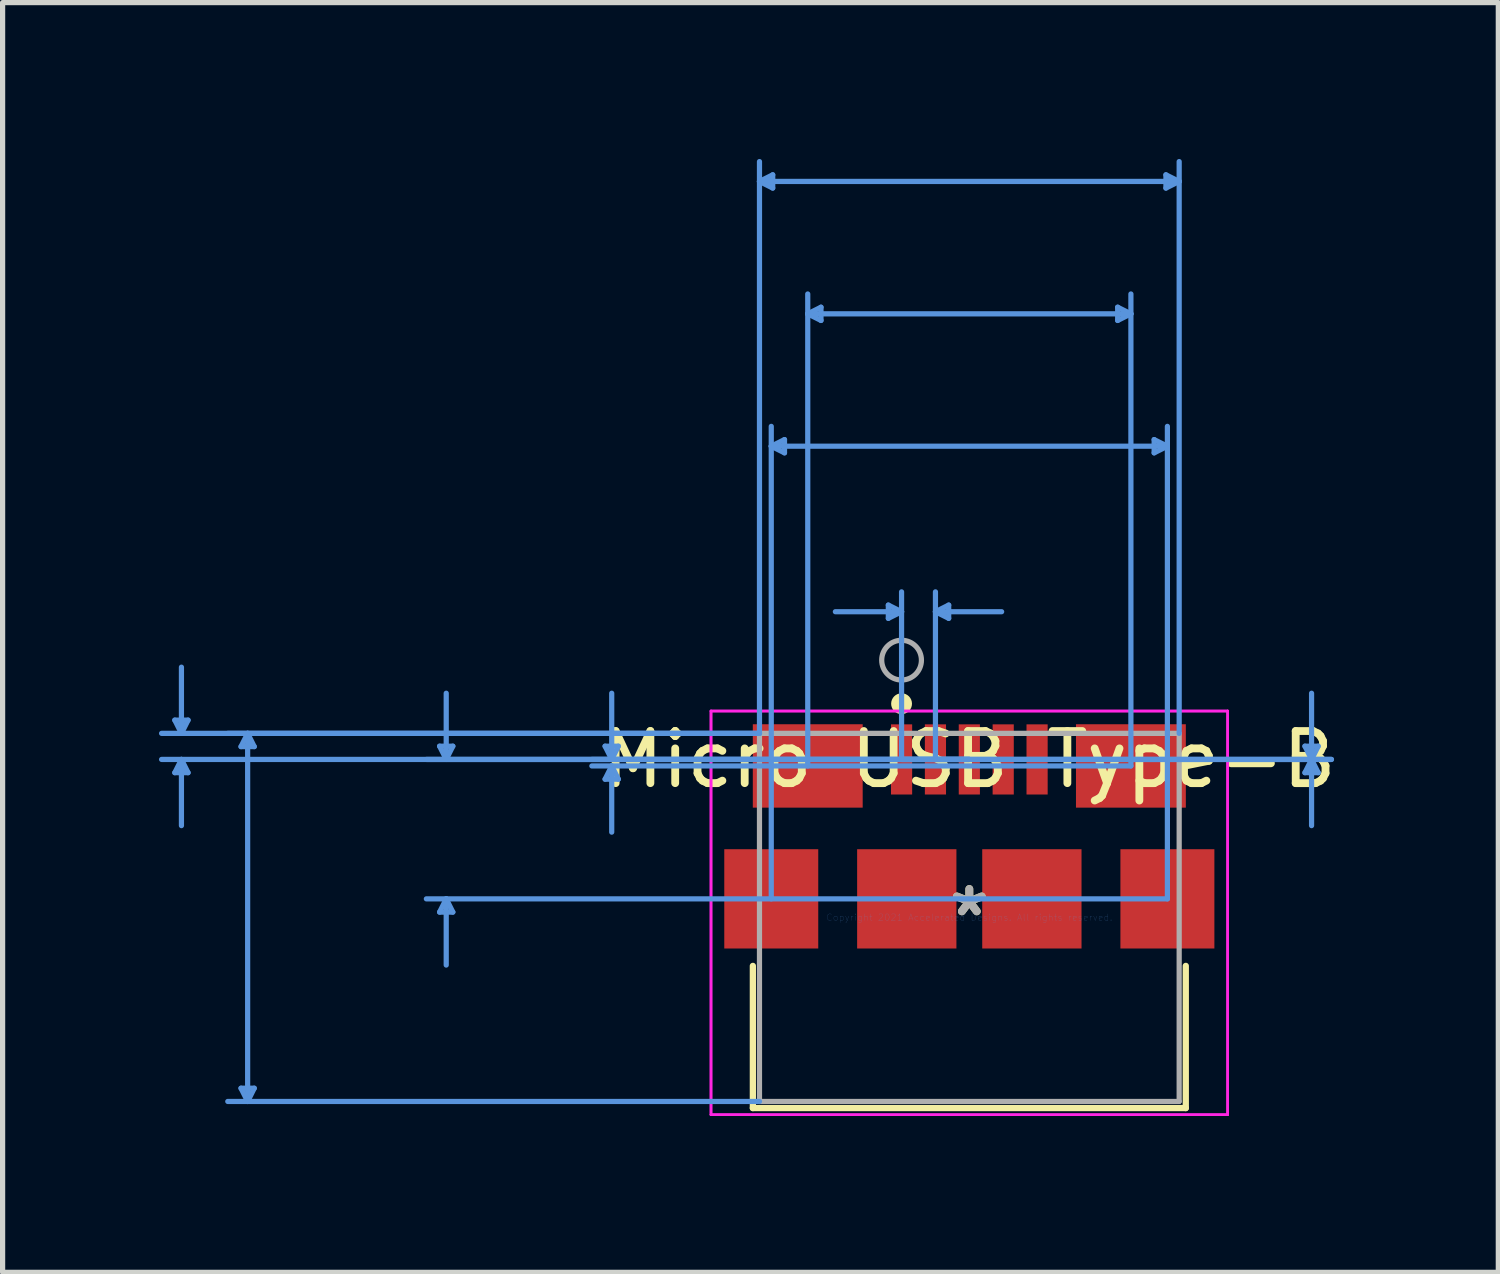
<source format=kicad_pcb>
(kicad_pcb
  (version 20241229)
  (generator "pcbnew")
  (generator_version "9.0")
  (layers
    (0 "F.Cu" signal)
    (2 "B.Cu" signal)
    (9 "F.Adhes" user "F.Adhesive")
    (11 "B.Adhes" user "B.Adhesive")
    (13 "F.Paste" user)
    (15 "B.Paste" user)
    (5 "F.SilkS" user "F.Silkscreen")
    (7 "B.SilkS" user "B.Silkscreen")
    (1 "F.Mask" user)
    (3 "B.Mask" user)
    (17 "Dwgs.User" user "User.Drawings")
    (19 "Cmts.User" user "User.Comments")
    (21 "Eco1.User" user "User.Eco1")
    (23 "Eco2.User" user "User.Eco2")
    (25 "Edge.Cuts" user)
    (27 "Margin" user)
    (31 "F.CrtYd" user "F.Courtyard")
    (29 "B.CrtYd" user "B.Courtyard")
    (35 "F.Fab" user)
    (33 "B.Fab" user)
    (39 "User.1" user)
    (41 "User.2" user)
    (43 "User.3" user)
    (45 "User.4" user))
  (footprint "Micro USB Type-B"
    (layer "F.Cu")
    (at 15.547 14.551)
    (property "Reference" "Micro USB Type-B" (at 0 -3.031 0) (layer "F.SilkS") (effects (font (size 1 1) (thickness 0.15))))
    (attr through_hole)
    (fp_line (start -4.153 0.93) (end -4.153 3.658) (stroke (width 0.12) (type solid)) (layer "F.SilkS"))
    (fp_line (start -4.153 3.658) (end 4.153 3.658) (stroke (width 0.12) (type solid)) (layer "F.SilkS"))
    (fp_line (start 4.153 3.658) (end 4.153 0.93) (stroke (width 0.12) (type solid)) (layer "F.SilkS"))
    (fp_circle (center -1.3 -4.1) (end -1.2 -4.1) (stroke (width 0.2) (type solid)) (fill no) (layer "F.SilkS"))
    (fp_line (start -15.243 -3.785) (end -14.989 -3.785) (stroke (width 0.1) (type solid)) (layer "Cmts.User"))
    (fp_line (start -15.243 -2.777) (end -14.989 -2.777) (stroke (width 0.1) (type solid)) (layer "Cmts.User"))
    (fp_line (start -15.116 -3.531) (end -15.243 -3.785) (stroke (width 0.1) (type solid)) (layer "Cmts.User"))
    (fp_line (start -15.116 -3.531) (end -15.116 -4.801) (stroke (width 0.1) (type solid)) (layer "Cmts.User"))
    (fp_line (start -15.116 -3.531) (end -14.989 -3.785) (stroke (width 0.1) (type solid)) (layer "Cmts.User"))
    (fp_line (start -15.116 -3.031) (end -15.243 -2.777) (stroke (width 0.1) (type solid)) (layer "Cmts.User"))
    (fp_line (start -15.116 -3.031) (end -15.116 -1.761) (stroke (width 0.1) (type solid)) (layer "Cmts.User"))
    (fp_line (start -15.116 -3.031) (end -14.989 -2.777) (stroke (width 0.1) (type solid)) (layer "Cmts.User"))
    (fp_line (start -13.973 -3.277) (end -13.719 -3.277) (stroke (width 0.1) (type solid)) (layer "Cmts.User"))
    (fp_line (start -13.973 3.277) (end -13.719 3.277) (stroke (width 0.1) (type solid)) (layer "Cmts.User"))
    (fp_line (start -13.846 -3.531) (end -13.973 -3.277) (stroke (width 0.1) (type solid)) (layer "Cmts.User"))
    (fp_line (start -13.846 -3.531) (end -13.846 3.531) (stroke (width 0.1) (type solid)) (layer "Cmts.User"))
    (fp_line (start -13.846 -3.531) (end -13.719 -3.277) (stroke (width 0.1) (type solid)) (layer "Cmts.User"))
    (fp_line (start -13.846 3.531) (end -13.973 3.277) (stroke (width 0.1) (type solid)) (layer "Cmts.User"))
    (fp_line (start -13.846 3.531) (end -13.719 3.277) (stroke (width 0.1) (type solid)) (layer "Cmts.User"))
    (fp_line (start -10.163 -3.285) (end -9.909 -3.285) (stroke (width 0.1) (type solid)) (layer "Cmts.User"))
    (fp_line (start -10.163 -0.102) (end -9.909 -0.102) (stroke (width 0.1) (type solid)) (layer "Cmts.User"))
    (fp_line (start -10.036 -3.031) (end -10.163 -3.285) (stroke (width 0.1) (type solid)) (layer "Cmts.User"))
    (fp_line (start -10.036 -3.031) (end -10.036 -4.301) (stroke (width 0.1) (type solid)) (layer "Cmts.User"))
    (fp_line (start -10.036 -3.031) (end -9.909 -3.285) (stroke (width 0.1) (type solid)) (layer "Cmts.User"))
    (fp_line (start -10.036 -0.356) (end -10.163 -0.102) (stroke (width 0.1) (type solid)) (layer "Cmts.User"))
    (fp_line (start -10.036 -0.356) (end -10.036 0.914) (stroke (width 0.1) (type solid)) (layer "Cmts.User"))
    (fp_line (start -10.036 -0.356) (end -9.909 -0.102) (stroke (width 0.1) (type solid)) (layer "Cmts.User"))
    (fp_line (start -6.988 -3.285) (end -6.734 -3.285) (stroke (width 0.1) (type solid)) (layer "Cmts.User"))
    (fp_line (start -6.988 -2.652) (end -6.734 -2.652) (stroke (width 0.1) (type solid)) (layer "Cmts.User"))
    (fp_line (start -6.861 -3.031) (end -6.988 -3.285) (stroke (width 0.1) (type solid)) (layer "Cmts.User"))
    (fp_line (start -6.861 -3.031) (end -6.861 -4.301) (stroke (width 0.1) (type solid)) (layer "Cmts.User"))
    (fp_line (start -6.861 -3.031) (end -6.734 -3.285) (stroke (width 0.1) (type solid)) (layer "Cmts.User"))
    (fp_line (start -6.861 -2.906) (end -6.988 -2.652) (stroke (width 0.1) (type solid)) (layer "Cmts.User"))
    (fp_line (start -6.861 -2.906) (end -6.861 -1.636) (stroke (width 0.1) (type solid)) (layer "Cmts.User"))
    (fp_line (start -6.861 -2.906) (end -6.734 -2.652) (stroke (width 0.1) (type solid)) (layer "Cmts.User"))
    (fp_line (start -4.026 -14.12) (end -3.772 -14.247) (stroke (width 0.1) (type solid)) (layer "Cmts.User"))
    (fp_line (start -4.026 -14.12) (end -3.772 -13.993) (stroke (width 0.1) (type solid)) (layer "Cmts.User"))
    (fp_line (start -4.026 -14.12) (end 4.026 -14.12) (stroke (width 0.1) (type solid)) (layer "Cmts.User"))
    (fp_line (start -4.026 -3.531) (end -15.497 -3.531) (stroke (width 0.1) (type solid)) (layer "Cmts.User"))
    (fp_line (start -4.026 -3.531) (end -14.227 -3.531) (stroke (width 0.1) (type solid)) (layer "Cmts.User"))
    (fp_line (start -4.026 -3.531) (end -4.026 -14.501) (stroke (width 0.1) (type solid)) (layer "Cmts.User"))
    (fp_line (start -4.026 3.531) (end -14.227 3.531) (stroke (width 0.1) (type solid)) (layer "Cmts.User"))
    (fp_line (start -3.8 -9.04) (end -3.546 -9.167) (stroke (width 0.1) (type solid)) (layer "Cmts.User"))
    (fp_line (start -3.8 -9.04) (end -3.546 -8.913) (stroke (width 0.1) (type solid)) (layer "Cmts.User"))
    (fp_line (start -3.8 -9.04) (end 3.8 -9.04) (stroke (width 0.1) (type solid)) (layer "Cmts.User"))
    (fp_line (start -3.8 -0.356) (end -3.8 -9.421) (stroke (width 0.1) (type solid)) (layer "Cmts.User"))
    (fp_line (start -3.772 -14.247) (end -3.772 -13.993) (stroke (width 0.1) (type solid)) (layer "Cmts.User"))
    (fp_line (start -3.546 -9.167) (end -3.546 -8.913) (stroke (width 0.1) (type solid)) (layer "Cmts.User"))
    (fp_line (start -3.1 -11.58) (end -2.846 -11.707) (stroke (width 0.1) (type solid)) (layer "Cmts.User"))
    (fp_line (start -3.1 -11.58) (end -2.846 -11.453) (stroke (width 0.1) (type solid)) (layer "Cmts.User"))
    (fp_line (start -3.1 -11.58) (end 3.1 -11.58) (stroke (width 0.1) (type solid)) (layer "Cmts.User"))
    (fp_line (start -3.1 -2.906) (end -3.1 -11.961) (stroke (width 0.1) (type solid)) (layer "Cmts.User"))
    (fp_line (start -2.846 -11.707) (end -2.846 -11.453) (stroke (width 0.1) (type solid)) (layer "Cmts.User"))
    (fp_line (start -1.554 -5.992) (end -1.554 -5.738) (stroke (width 0.1) (type solid)) (layer "Cmts.User"))
    (fp_line (start -1.3 -5.865) (end -2.57 -5.865) (stroke (width 0.1) (type solid)) (layer "Cmts.User"))
    (fp_line (start -1.3 -5.865) (end -1.554 -5.992) (stroke (width 0.1) (type solid)) (layer "Cmts.User"))
    (fp_line (start -1.3 -5.865) (end -1.554 -5.738) (stroke (width 0.1) (type solid)) (layer "Cmts.User"))
    (fp_line (start -1.3 -3.031) (end -1.3 -6.246) (stroke (width 0.1) (type solid)) (layer "Cmts.User"))
    (fp_line (start -1.3 -3.031) (end 6.947 -3.031) (stroke (width 0.1) (type solid)) (layer "Cmts.User"))
    (fp_line (start -1.3 -3.031) (end 6.947 -3.031) (stroke (width 0.1) (type solid)) (layer "Cmts.User"))
    (fp_line (start -0.65 -5.865) (end -0.396 -5.992) (stroke (width 0.1) (type solid)) (layer "Cmts.User"))
    (fp_line (start -0.65 -5.865) (end -0.396 -5.738) (stroke (width 0.1) (type solid)) (layer "Cmts.User"))
    (fp_line (start -0.65 -5.865) (end 0.62 -5.865) (stroke (width 0.1) (type solid)) (layer "Cmts.User"))
    (fp_line (start -0.65 -3.031) (end -0.65 -6.246) (stroke (width 0.1) (type solid)) (layer "Cmts.User"))
    (fp_line (start -0.396 -5.992) (end -0.396 -5.738) (stroke (width 0.1) (type solid)) (layer "Cmts.User"))
    (fp_line (start 0 -3.031) (end -15.497 -3.031) (stroke (width 0.1) (type solid)) (layer "Cmts.User"))
    (fp_line (start 0 -3.031) (end -10.417 -3.031) (stroke (width 0.1) (type solid)) (layer "Cmts.User"))
    (fp_line (start 0 -3.031) (end -7.242 -3.031) (stroke (width 0.1) (type solid)) (layer "Cmts.User"))
    (fp_line (start 2.846 -11.707) (end 2.846 -11.453) (stroke (width 0.1) (type solid)) (layer "Cmts.User"))
    (fp_line (start 3.1 -11.58) (end 2.846 -11.707) (stroke (width 0.1) (type solid)) (layer "Cmts.User"))
    (fp_line (start 3.1 -11.58) (end 2.846 -11.453) (stroke (width 0.1) (type solid)) (layer "Cmts.User"))
    (fp_line (start 3.1 -2.906) (end -7.242 -2.906) (stroke (width 0.1) (type solid)) (layer "Cmts.User"))
    (fp_line (start 3.1 -2.906) (end 3.1 -11.961) (stroke (width 0.1) (type solid)) (layer "Cmts.User"))
    (fp_line (start 3.546 -9.167) (end 3.546 -8.913) (stroke (width 0.1) (type solid)) (layer "Cmts.User"))
    (fp_line (start 3.772 -14.247) (end 3.772 -13.993) (stroke (width 0.1) (type solid)) (layer "Cmts.User"))
    (fp_line (start 3.8 -9.04) (end 3.546 -9.167) (stroke (width 0.1) (type solid)) (layer "Cmts.User"))
    (fp_line (start 3.8 -9.04) (end 3.546 -8.913) (stroke (width 0.1) (type solid)) (layer "Cmts.User"))
    (fp_line (start 3.8 -0.356) (end -10.417 -0.356) (stroke (width 0.1) (type solid)) (layer "Cmts.User"))
    (fp_line (start 3.8 -0.356) (end 3.8 -9.421) (stroke (width 0.1) (type solid)) (layer "Cmts.User"))
    (fp_line (start 4.026 -14.12) (end 3.772 -14.247) (stroke (width 0.1) (type solid)) (layer "Cmts.User"))
    (fp_line (start 4.026 -14.12) (end 3.772 -13.993) (stroke (width 0.1) (type solid)) (layer "Cmts.User"))
    (fp_line (start 4.026 -3.531) (end 4.026 -14.501) (stroke (width 0.1) (type solid)) (layer "Cmts.User"))
    (fp_line (start 6.439 -3.285) (end 6.693 -3.285) (stroke (width 0.1) (type solid)) (layer "Cmts.User"))
    (fp_line (start 6.439 -2.777) (end 6.693 -2.777) (stroke (width 0.1) (type solid)) (layer "Cmts.User"))
    (fp_line (start 6.566 -3.031) (end 6.439 -3.285) (stroke (width 0.1) (type solid)) (layer "Cmts.User"))
    (fp_line (start 6.566 -3.031) (end 6.439 -2.777) (stroke (width 0.1) (type solid)) (layer "Cmts.User"))
    (fp_line (start 6.566 -3.031) (end 6.566 -4.301) (stroke (width 0.1) (type solid)) (layer "Cmts.User"))
    (fp_line (start 6.566 -3.031) (end 6.566 -1.761) (stroke (width 0.1) (type solid)) (layer "Cmts.User"))
    (fp_line (start 6.566 -3.031) (end 6.693 -3.285) (stroke (width 0.1) (type solid)) (layer "Cmts.User"))
    (fp_line (start 6.566 -3.031) (end 6.693 -2.777) (stroke (width 0.1) (type solid)) (layer "Cmts.User"))
    (fp_line (start -4.956 -3.96) (end -4.956 3.785) (stroke (width 0.05) (type solid)) (layer "F.CrtYd"))
    (fp_line (start -4.956 -3.96) (end -4.956 3.785) (stroke (width 0.05) (type solid)) (layer "F.CrtYd"))
    (fp_line (start -4.956 3.785) (end 4.956 3.785) (stroke (width 0.05) (type solid)) (layer "F.CrtYd"))
    (fp_line (start -4.956 3.785) (end 4.956 3.785) (stroke (width 0.05) (type solid)) (layer "F.CrtYd"))
    (fp_line (start 4.956 -3.96) (end -4.956 -3.96) (stroke (width 0.05) (type solid)) (layer "F.CrtYd"))
    (fp_line (start 4.956 -3.96) (end -4.956 -3.96) (stroke (width 0.05) (type solid)) (layer "F.CrtYd"))
    (fp_line (start 4.956 3.785) (end 4.956 -3.96) (stroke (width 0.05) (type solid)) (layer "F.CrtYd"))
    (fp_line (start 4.956 3.785) (end 4.956 -3.96) (stroke (width 0.05) (type solid)) (layer "F.CrtYd"))
    (fp_line (start -4.026 -3.531) (end -4.026 3.531) (stroke (width 0.1) (type solid)) (layer "F.Fab"))
    (fp_line (start -4.026 3.531) (end 4.026 3.531) (stroke (width 0.1) (type solid)) (layer "F.Fab"))
    (fp_line (start 4.026 -3.531) (end -4.026 -3.531) (stroke (width 0.1) (type solid)) (layer "F.Fab"))
    (fp_line (start 4.026 3.531) (end 4.026 -3.531) (stroke (width 0.1) (type solid)) (layer "F.Fab"))
    (fp_circle (center -1.3 -4.936) (end -0.919 -4.936) (stroke (width 0.1) (type solid)) (fill no) (layer "F.Fab"))
    (fp_text user "*" (at 0 0 0) (layer "F.SilkS") (effects (font (size 1 1) (thickness 0.15))))
    (fp_text user "Copyright 2021 Accelerated Designs. All rights reserved." (at 0 0 0) (layer "Cmts.User") (effects (font (size 0.127 0.127) (thickness 0.002))))
    (fp_text user "*" (at 0 0 0) (layer "F.Fab") (effects (font (size 1 1) (thickness 0.15))))
    (pad "1" smd rect (at -1.3 -3.031) (size 0.406 1.346) (layers "F.Cu" "F.Mask" "F.Paste"))
    (pad "2" smd rect (at -0.65 -3.031) (size 0.406 1.346) (layers "F.Cu" "F.Mask" "F.Paste"))
    (pad "3" smd rect (at 0 -3.031) (size 0.406 1.346) (layers "F.Cu" "F.Mask" "F.Paste"))
    (pad "4" smd rect (at 0.65 -3.031) (size 0.406 1.346) (layers "F.Cu" "F.Mask" "F.Paste"))
    (pad "5" smd rect (at 1.3 -3.031) (size 0.406 1.346) (layers "F.Cu" "F.Mask" "F.Paste"))
    (pad "6" smd rect (at -3.1 -2.906) (size 2.108 1.6) (layers "F.Cu" "F.Mask" "F.Paste"))
    (pad "7" smd rect (at 3.1 -2.906) (size 2.108 1.6) (layers "F.Cu" "F.Mask" "F.Paste"))
    (pad "8" smd rect (at -3.8 -0.356) (size 1.803 1.905) (layers "F.Cu" "F.Mask" "F.Paste"))
    (pad "9" smd rect (at 3.8 -0.356) (size 1.803 1.905) (layers "F.Cu" "F.Mask" "F.Paste"))
    (pad "10" smd rect (at -1.2 -0.356) (size 1.905 1.905) (layers "F.Cu" "F.Mask" "F.Paste"))
    (pad "11" smd rect (at 1.2 -0.356) (size 1.905 1.905) (layers "F.Cu" "F.Mask" "F.Paste")))
  (gr_rect
    (start -3 -3)
    (end 25.696 21.36)
    (stroke (width 0.1) (type default))
    (fill no)
    (layer "Edge.Cuts")))
</source>
